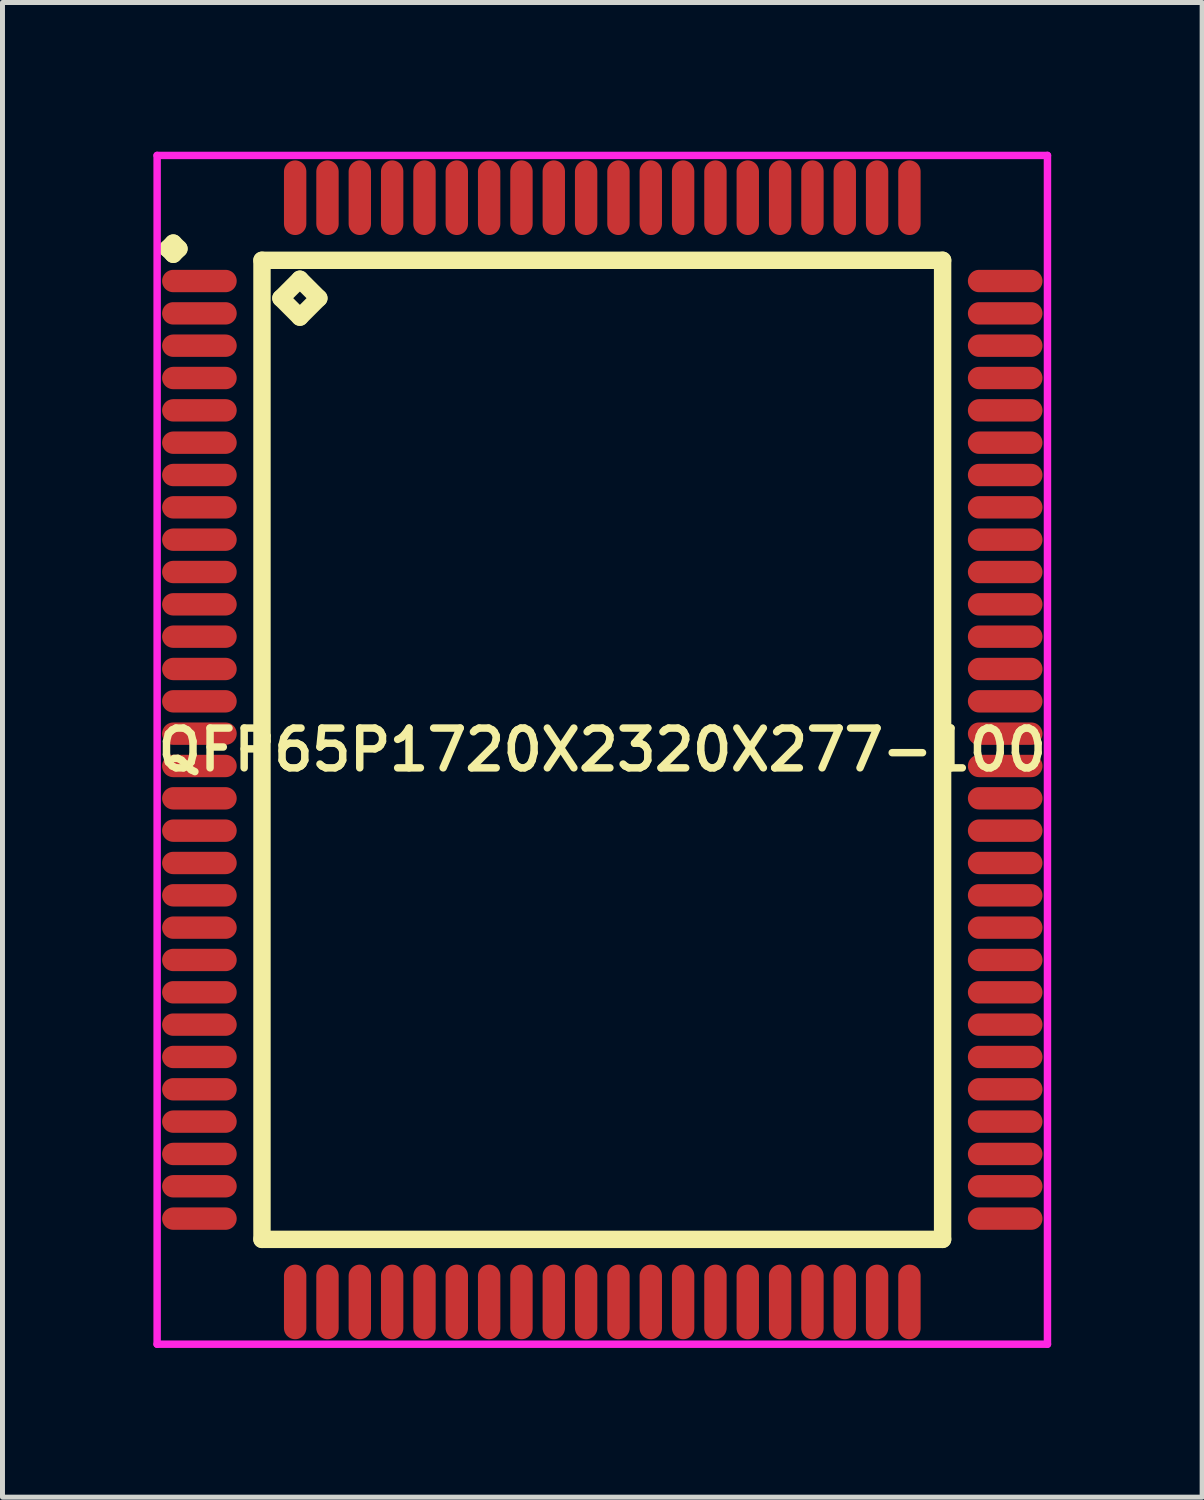
<source format=kicad_pcb>
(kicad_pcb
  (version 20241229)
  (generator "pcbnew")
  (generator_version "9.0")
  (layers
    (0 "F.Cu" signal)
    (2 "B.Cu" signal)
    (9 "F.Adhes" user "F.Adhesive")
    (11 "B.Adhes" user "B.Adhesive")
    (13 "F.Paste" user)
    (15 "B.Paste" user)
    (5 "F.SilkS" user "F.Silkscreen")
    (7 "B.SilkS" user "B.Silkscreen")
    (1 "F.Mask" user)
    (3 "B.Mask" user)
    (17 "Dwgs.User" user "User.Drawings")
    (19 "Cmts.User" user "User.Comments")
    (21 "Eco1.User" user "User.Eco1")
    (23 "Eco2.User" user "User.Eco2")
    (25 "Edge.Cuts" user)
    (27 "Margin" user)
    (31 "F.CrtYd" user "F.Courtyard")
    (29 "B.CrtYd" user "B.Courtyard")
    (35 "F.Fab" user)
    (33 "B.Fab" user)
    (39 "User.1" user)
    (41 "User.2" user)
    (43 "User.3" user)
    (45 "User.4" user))
  (footprint "QFP65P1720X2320X277-100"
    (layer "F.Cu")
    (at 9.059 12.025)
    (property "Reference" "QFP65P1720X2320X277-100" (at 0 0 0) (layer "F.SilkS") (effects (font (size 0.8 0.8) (thickness 0.15))))
    (attr smd)
    (fp_line (start -8.738 -10.075) (end -8.625 -10.188) (stroke (width 0.35) (type solid)) (layer "F.SilkS"))
    (fp_line (start -8.625 -10.188) (end -8.512 -10.075) (stroke (width 0.35) (type solid)) (layer "F.SilkS"))
    (fp_line (start -8.625 -9.963) (end -8.738 -10.075) (stroke (width 0.35) (type solid)) (layer "F.SilkS"))
    (fp_line (start -8.512 -10.075) (end -8.625 -9.963) (stroke (width 0.35) (type solid)) (layer "F.SilkS"))
    (fp_line (start -6.842 -9.842) (end -6.842 9.842) (stroke (width 0.35) (type solid)) (layer "F.SilkS"))
    (fp_line (start -6.842 9.842) (end 6.842 9.842) (stroke (width 0.35) (type solid)) (layer "F.SilkS"))
    (fp_line (start -6.461 -9.08) (end -6.08 -9.461) (stroke (width 0.35) (type solid)) (layer "F.SilkS"))
    (fp_line (start -6.08 -9.461) (end -5.699 -9.08) (stroke (width 0.35) (type solid)) (layer "F.SilkS"))
    (fp_line (start -6.08 -8.699) (end -6.461 -9.08) (stroke (width 0.35) (type solid)) (layer "F.SilkS"))
    (fp_line (start -5.699 -9.08) (end -6.08 -8.699) (stroke (width 0.35) (type solid)) (layer "F.SilkS"))
    (fp_line (start 6.842 -9.842) (end -6.842 -9.842) (stroke (width 0.35) (type solid)) (layer "F.SilkS"))
    (fp_line (start 6.842 9.842) (end 6.842 -9.842) (stroke (width 0.35) (type solid)) (layer "F.SilkS"))
    (fp_line (start -8.95 -11.95) (end 8.95 -11.95) (stroke (width 0.15) (type solid)) (layer "F.CrtYd"))
    (fp_line (start -8.95 11.95) (end -8.95 -11.95) (stroke (width 0.15) (type solid)) (layer "F.CrtYd"))
    (fp_line (start 8.95 -11.95) (end 8.95 11.95) (stroke (width 0.15) (type solid)) (layer "F.CrtYd"))
    (fp_line (start 8.95 11.95) (end -8.95 11.95) (stroke (width 0.15) (type solid)) (layer "F.CrtYd"))
    (pad "1" smd oval (at -8.1 -9.425) (size 1.5 0.45) (layers "F.Cu" "F.Mask" "F.Paste"))
    (pad "2" smd oval (at -8.1 -8.775) (size 1.5 0.45) (layers "F.Cu" "F.Mask" "F.Paste"))
    (pad "3" smd oval (at -8.1 -8.125) (size 1.5 0.45) (layers "F.Cu" "F.Mask" "F.Paste"))
    (pad "4" smd oval (at -8.1 -7.475) (size 1.5 0.45) (layers "F.Cu" "F.Mask" "F.Paste"))
    (pad "5" smd oval (at -8.1 -6.825) (size 1.5 0.45) (layers "F.Cu" "F.Mask" "F.Paste"))
    (pad "6" smd oval (at -8.1 -6.175) (size 1.5 0.45) (layers "F.Cu" "F.Mask" "F.Paste"))
    (pad "7" smd oval (at -8.1 -5.525) (size 1.5 0.45) (layers "F.Cu" "F.Mask" "F.Paste"))
    (pad "8" smd oval (at -8.1 -4.875) (size 1.5 0.45) (layers "F.Cu" "F.Mask" "F.Paste"))
    (pad "9" smd oval (at -8.1 -4.225) (size 1.5 0.45) (layers "F.Cu" "F.Mask" "F.Paste"))
    (pad "10" smd oval (at -8.1 -3.575) (size 1.5 0.45) (layers "F.Cu" "F.Mask" "F.Paste"))
    (pad "11" smd oval (at -8.1 -2.925) (size 1.5 0.45) (layers "F.Cu" "F.Mask" "F.Paste"))
    (pad "12" smd oval (at -8.1 -2.275) (size 1.5 0.45) (layers "F.Cu" "F.Mask" "F.Paste"))
    (pad "13" smd oval (at -8.1 -1.625) (size 1.5 0.45) (layers "F.Cu" "F.Mask" "F.Paste"))
    (pad "14" smd oval (at -8.1 -0.975) (size 1.5 0.45) (layers "F.Cu" "F.Mask" "F.Paste"))
    (pad "15" smd oval (at -8.1 -0.325) (size 1.5 0.45) (layers "F.Cu" "F.Mask" "F.Paste"))
    (pad "16" smd oval (at -8.1 0.325) (size 1.5 0.45) (layers "F.Cu" "F.Mask" "F.Paste"))
    (pad "17" smd oval (at -8.1 0.975) (size 1.5 0.45) (layers "F.Cu" "F.Mask" "F.Paste"))
    (pad "18" smd oval (at -8.1 1.625) (size 1.5 0.45) (layers "F.Cu" "F.Mask" "F.Paste"))
    (pad "19" smd oval (at -8.1 2.275) (size 1.5 0.45) (layers "F.Cu" "F.Mask" "F.Paste"))
    (pad "20" smd oval (at -8.1 2.925) (size 1.5 0.45) (layers "F.Cu" "F.Mask" "F.Paste"))
    (pad "21" smd oval (at -8.1 3.575) (size 1.5 0.45) (layers "F.Cu" "F.Mask" "F.Paste"))
    (pad "22" smd oval (at -8.1 4.225) (size 1.5 0.45) (layers "F.Cu" "F.Mask" "F.Paste"))
    (pad "23" smd oval (at -8.1 4.875) (size 1.5 0.45) (layers "F.Cu" "F.Mask" "F.Paste"))
    (pad "24" smd oval (at -8.1 5.525) (size 1.5 0.45) (layers "F.Cu" "F.Mask" "F.Paste"))
    (pad "25" smd oval (at -8.1 6.175) (size 1.5 0.45) (layers "F.Cu" "F.Mask" "F.Paste"))
    (pad "26" smd oval (at -8.1 6.825) (size 1.5 0.45) (layers "F.Cu" "F.Mask" "F.Paste"))
    (pad "27" smd oval (at -8.1 7.475) (size 1.5 0.45) (layers "F.Cu" "F.Mask" "F.Paste"))
    (pad "28" smd oval (at -8.1 8.125) (size 1.5 0.45) (layers "F.Cu" "F.Mask" "F.Paste"))
    (pad "29" smd oval (at -8.1 8.775) (size 1.5 0.45) (layers "F.Cu" "F.Mask" "F.Paste"))
    (pad "30" smd oval (at -8.1 9.425) (size 1.5 0.45) (layers "F.Cu" "F.Mask" "F.Paste"))
    (pad "31" smd oval (at -6.175 11.1) (size 0.45 1.5) (layers "F.Cu" "F.Mask" "F.Paste"))
    (pad "32" smd oval (at -5.525 11.1) (size 0.45 1.5) (layers "F.Cu" "F.Mask" "F.Paste"))
    (pad "33" smd oval (at -4.875 11.1) (size 0.45 1.5) (layers "F.Cu" "F.Mask" "F.Paste"))
    (pad "34" smd oval (at -4.225 11.1) (size 0.45 1.5) (layers "F.Cu" "F.Mask" "F.Paste"))
    (pad "35" smd oval (at -3.575 11.1) (size 0.45 1.5) (layers "F.Cu" "F.Mask" "F.Paste"))
    (pad "36" smd oval (at -2.925 11.1) (size 0.45 1.5) (layers "F.Cu" "F.Mask" "F.Paste"))
    (pad "37" smd oval (at -2.275 11.1) (size 0.45 1.5) (layers "F.Cu" "F.Mask" "F.Paste"))
    (pad "38" smd oval (at -1.625 11.1) (size 0.45 1.5) (layers "F.Cu" "F.Mask" "F.Paste"))
    (pad "39" smd oval (at -0.975 11.1) (size 0.45 1.5) (layers "F.Cu" "F.Mask" "F.Paste"))
    (pad "40" smd oval (at -0.325 11.1) (size 0.45 1.5) (layers "F.Cu" "F.Mask" "F.Paste"))
    (pad "41" smd oval (at 0.325 11.1) (size 0.45 1.5) (layers "F.Cu" "F.Mask" "F.Paste"))
    (pad "42" smd oval (at 0.975 11.1) (size 0.45 1.5) (layers "F.Cu" "F.Mask" "F.Paste"))
    (pad "43" smd oval (at 1.625 11.1) (size 0.45 1.5) (layers "F.Cu" "F.Mask" "F.Paste"))
    (pad "44" smd oval (at 2.275 11.1) (size 0.45 1.5) (layers "F.Cu" "F.Mask" "F.Paste"))
    (pad "45" smd oval (at 2.925 11.1) (size 0.45 1.5) (layers "F.Cu" "F.Mask" "F.Paste"))
    (pad "46" smd oval (at 3.575 11.1) (size 0.45 1.5) (layers "F.Cu" "F.Mask" "F.Paste"))
    (pad "47" smd oval (at 4.225 11.1) (size 0.45 1.5) (layers "F.Cu" "F.Mask" "F.Paste"))
    (pad "48" smd oval (at 4.875 11.1) (size 0.45 1.5) (layers "F.Cu" "F.Mask" "F.Paste"))
    (pad "49" smd oval (at 5.525 11.1) (size 0.45 1.5) (layers "F.Cu" "F.Mask" "F.Paste"))
    (pad "50" smd oval (at 6.175 11.1) (size 0.45 1.5) (layers "F.Cu" "F.Mask" "F.Paste"))
    (pad "51" smd oval (at 8.1 9.425) (size 1.5 0.45) (layers "F.Cu" "F.Mask" "F.Paste"))
    (pad "52" smd oval (at 8.1 8.775) (size 1.5 0.45) (layers "F.Cu" "F.Mask" "F.Paste"))
    (pad "53" smd oval (at 8.1 8.125) (size 1.5 0.45) (layers "F.Cu" "F.Mask" "F.Paste"))
    (pad "54" smd oval (at 8.1 7.475) (size 1.5 0.45) (layers "F.Cu" "F.Mask" "F.Paste"))
    (pad "55" smd oval (at 8.1 6.825) (size 1.5 0.45) (layers "F.Cu" "F.Mask" "F.Paste"))
    (pad "56" smd oval (at 8.1 6.175) (size 1.5 0.45) (layers "F.Cu" "F.Mask" "F.Paste"))
    (pad "57" smd oval (at 8.1 5.525) (size 1.5 0.45) (layers "F.Cu" "F.Mask" "F.Paste"))
    (pad "58" smd oval (at 8.1 4.875) (size 1.5 0.45) (layers "F.Cu" "F.Mask" "F.Paste"))
    (pad "59" smd oval (at 8.1 4.225) (size 1.5 0.45) (layers "F.Cu" "F.Mask" "F.Paste"))
    (pad "60" smd oval (at 8.1 3.575) (size 1.5 0.45) (layers "F.Cu" "F.Mask" "F.Paste"))
    (pad "61" smd oval (at 8.1 2.925) (size 1.5 0.45) (layers "F.Cu" "F.Mask" "F.Paste"))
    (pad "62" smd oval (at 8.1 2.275) (size 1.5 0.45) (layers "F.Cu" "F.Mask" "F.Paste"))
    (pad "63" smd oval (at 8.1 1.625) (size 1.5 0.45) (layers "F.Cu" "F.Mask" "F.Paste"))
    (pad "64" smd oval (at 8.1 0.975) (size 1.5 0.45) (layers "F.Cu" "F.Mask" "F.Paste"))
    (pad "65" smd oval (at 8.1 0.325) (size 1.5 0.45) (layers "F.Cu" "F.Mask" "F.Paste"))
    (pad "66" smd oval (at 8.1 -0.325) (size 1.5 0.45) (layers "F.Cu" "F.Mask" "F.Paste"))
    (pad "67" smd oval (at 8.1 -0.975) (size 1.5 0.45) (layers "F.Cu" "F.Mask" "F.Paste"))
    (pad "68" smd oval (at 8.1 -1.625) (size 1.5 0.45) (layers "F.Cu" "F.Mask" "F.Paste"))
    (pad "69" smd oval (at 8.1 -2.275) (size 1.5 0.45) (layers "F.Cu" "F.Mask" "F.Paste"))
    (pad "70" smd oval (at 8.1 -2.925) (size 1.5 0.45) (layers "F.Cu" "F.Mask" "F.Paste"))
    (pad "71" smd oval (at 8.1 -3.575) (size 1.5 0.45) (layers "F.Cu" "F.Mask" "F.Paste"))
    (pad "72" smd oval (at 8.1 -4.225) (size 1.5 0.45) (layers "F.Cu" "F.Mask" "F.Paste"))
    (pad "73" smd oval (at 8.1 -4.875) (size 1.5 0.45) (layers "F.Cu" "F.Mask" "F.Paste"))
    (pad "74" smd oval (at 8.1 -5.525) (size 1.5 0.45) (layers "F.Cu" "F.Mask" "F.Paste"))
    (pad "75" smd oval (at 8.1 -6.175) (size 1.5 0.45) (layers "F.Cu" "F.Mask" "F.Paste"))
    (pad "76" smd oval (at 8.1 -6.825) (size 1.5 0.45) (layers "F.Cu" "F.Mask" "F.Paste"))
    (pad "77" smd oval (at 8.1 -7.475) (size 1.5 0.45) (layers "F.Cu" "F.Mask" "F.Paste"))
    (pad "78" smd oval (at 8.1 -8.125) (size 1.5 0.45) (layers "F.Cu" "F.Mask" "F.Paste"))
    (pad "79" smd oval (at 8.1 -8.775) (size 1.5 0.45) (layers "F.Cu" "F.Mask" "F.Paste"))
    (pad "80" smd oval (at 8.1 -9.425) (size 1.5 0.45) (layers "F.Cu" "F.Mask" "F.Paste"))
    (pad "81" smd oval (at 6.175 -11.1) (size 0.45 1.5) (layers "F.Cu" "F.Mask" "F.Paste"))
    (pad "82" smd oval (at 5.525 -11.1) (size 0.45 1.5) (layers "F.Cu" "F.Mask" "F.Paste"))
    (pad "83" smd oval (at 4.875 -11.1) (size 0.45 1.5) (layers "F.Cu" "F.Mask" "F.Paste"))
    (pad "84" smd oval (at 4.225 -11.1) (size 0.45 1.5) (layers "F.Cu" "F.Mask" "F.Paste"))
    (pad "85" smd oval (at 3.575 -11.1) (size 0.45 1.5) (layers "F.Cu" "F.Mask" "F.Paste"))
    (pad "86" smd oval (at 2.925 -11.1) (size 0.45 1.5) (layers "F.Cu" "F.Mask" "F.Paste"))
    (pad "87" smd oval (at 2.275 -11.1) (size 0.45 1.5) (layers "F.Cu" "F.Mask" "F.Paste"))
    (pad "88" smd oval (at 1.625 -11.1) (size 0.45 1.5) (layers "F.Cu" "F.Mask" "F.Paste"))
    (pad "89" smd oval (at 0.975 -11.1) (size 0.45 1.5) (layers "F.Cu" "F.Mask" "F.Paste"))
    (pad "90" smd oval (at 0.325 -11.1) (size 0.45 1.5) (layers "F.Cu" "F.Mask" "F.Paste"))
    (pad "91" smd oval (at -0.325 -11.1) (size 0.45 1.5) (layers "F.Cu" "F.Mask" "F.Paste"))
    (pad "92" smd oval (at -0.975 -11.1) (size 0.45 1.5) (layers "F.Cu" "F.Mask" "F.Paste"))
    (pad "93" smd oval (at -1.625 -11.1) (size 0.45 1.5) (layers "F.Cu" "F.Mask" "F.Paste"))
    (pad "94" smd oval (at -2.275 -11.1) (size 0.45 1.5) (layers "F.Cu" "F.Mask" "F.Paste"))
    (pad "95" smd oval (at -2.925 -11.1) (size 0.45 1.5) (layers "F.Cu" "F.Mask" "F.Paste"))
    (pad "96" smd oval (at -3.575 -11.1) (size 0.45 1.5) (layers "F.Cu" "F.Mask" "F.Paste"))
    (pad "97" smd oval (at -4.225 -11.1) (size 0.45 1.5) (layers "F.Cu" "F.Mask" "F.Paste"))
    (pad "98" smd oval (at -4.875 -11.1) (size 0.45 1.5) (layers "F.Cu" "F.Mask" "F.Paste"))
    (pad "99" smd oval (at -5.525 -11.1) (size 0.45 1.5) (layers "F.Cu" "F.Mask" "F.Paste"))
    (pad "100" smd oval (at -6.175 -11.1) (size 0.45 1.5) (layers "F.Cu" "F.Mask" "F.Paste")))
  (gr_rect
    (start -3 -3)
    (end 21.119 27.05)
    (stroke (width 0.1) (type default))
    (fill no)
    (layer "Edge.Cuts")))
</source>
